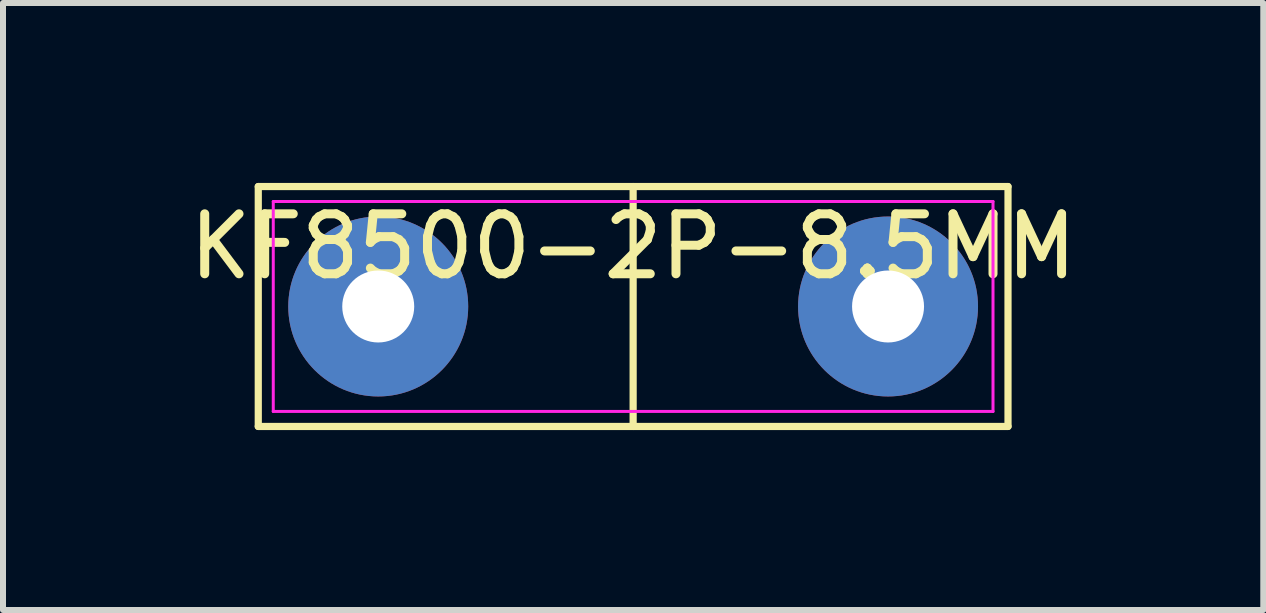
<source format=kicad_pcb>
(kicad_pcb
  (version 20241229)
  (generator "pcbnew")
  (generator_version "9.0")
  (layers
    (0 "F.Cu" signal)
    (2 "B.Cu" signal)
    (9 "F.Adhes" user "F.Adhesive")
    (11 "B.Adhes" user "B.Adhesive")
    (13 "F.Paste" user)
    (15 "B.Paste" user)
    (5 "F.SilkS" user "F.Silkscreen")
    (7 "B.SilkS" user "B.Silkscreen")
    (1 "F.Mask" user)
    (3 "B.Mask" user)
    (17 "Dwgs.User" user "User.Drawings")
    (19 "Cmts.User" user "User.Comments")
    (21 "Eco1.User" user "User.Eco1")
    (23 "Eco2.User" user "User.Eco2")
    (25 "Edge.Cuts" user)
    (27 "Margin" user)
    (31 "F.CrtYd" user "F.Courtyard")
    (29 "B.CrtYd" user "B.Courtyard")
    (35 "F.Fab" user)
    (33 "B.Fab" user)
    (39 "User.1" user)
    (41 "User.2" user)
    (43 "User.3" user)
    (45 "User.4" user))
  (footprint "KF8500-2P-8.5MM"
    (layer "F.Cu")
    (at 7.506 2.06)
    (property "Reference" "KF8500-2P-8.5MM" (at 0 -1 0) (layer "F.SilkS") (effects (font (size 1 1) (thickness 0.15))))
    (attr through_hole)
    (fp_line (start -6.25 -2) (end -6.25 2) (stroke (width 0.12) (type solid)) (layer "F.SilkS"))
    (fp_line (start -6.25 2) (end 6.25 2) (stroke (width 0.12) (type solid)) (layer "F.SilkS"))
    (fp_line (start 0 2) (end 0 -2) (stroke (width 0.12) (type solid)) (layer "F.SilkS"))
    (fp_line (start 6.25 -2) (end -6.25 -2) (stroke (width 0.12) (type solid)) (layer "F.SilkS"))
    (fp_line (start 6.25 2) (end 6.25 -2) (stroke (width 0.12) (type solid)) (layer "F.SilkS"))
    (fp_line (start -6 -1.75) (end 6 -1.75) (stroke (width 0.05) (type solid)) (layer "F.CrtYd"))
    (fp_line (start -6 1.75) (end -6 -1.75) (stroke (width 0.05) (type solid)) (layer "F.CrtYd"))
    (fp_line (start 6 -1.75) (end 6 1.75) (stroke (width 0.05) (type solid)) (layer "F.CrtYd"))
    (fp_line (start 6 1.75) (end -6 1.75) (stroke (width 0.05) (type solid)) (layer "F.CrtYd"))
    (pad "1" thru_hole circle (at -4.25 0) (size 3 3) (drill 1.2) (layers "*.Cu" "*.Mask"))
    (pad "2" thru_hole circle (at 4.25 0) (size 3 3) (drill 1.2) (layers "*.Cu" "*.Mask")))
  (gr_rect
    (start -3 -3)
    (end 18.012 7.12)
    (stroke (width 0.1) (type default))
    (fill no)
    (layer "Edge.Cuts")))
</source>
